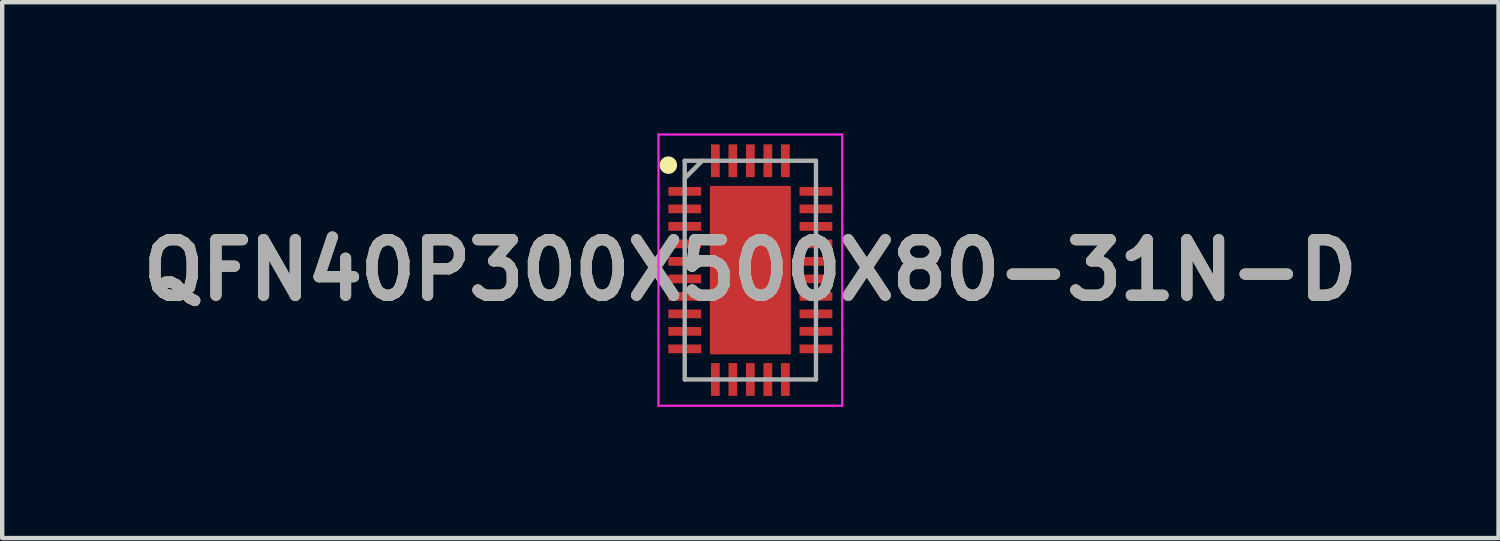
<source format=kicad_pcb>
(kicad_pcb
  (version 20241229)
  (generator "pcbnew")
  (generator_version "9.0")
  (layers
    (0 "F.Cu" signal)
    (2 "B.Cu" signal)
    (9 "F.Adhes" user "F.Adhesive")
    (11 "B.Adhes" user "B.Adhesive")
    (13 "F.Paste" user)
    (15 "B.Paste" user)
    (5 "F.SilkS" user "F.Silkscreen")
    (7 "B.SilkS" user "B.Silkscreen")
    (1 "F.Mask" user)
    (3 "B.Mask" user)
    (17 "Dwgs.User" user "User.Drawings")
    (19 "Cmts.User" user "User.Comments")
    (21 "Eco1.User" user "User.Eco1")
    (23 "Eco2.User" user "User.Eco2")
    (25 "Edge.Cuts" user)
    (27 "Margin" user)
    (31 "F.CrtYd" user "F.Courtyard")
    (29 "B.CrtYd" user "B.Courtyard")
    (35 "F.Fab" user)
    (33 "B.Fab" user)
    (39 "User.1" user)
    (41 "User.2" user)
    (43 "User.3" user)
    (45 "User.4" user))
  (footprint "QFN40P300X500X80-31N-D"
    (layer "F.Cu")
    (at 14.103 3.125)
    (property "Reference" "QFN40P300X500X80-31N-D" (at 0 0 0) (layer "F.SilkS") (effects (font (size 1.27 1.27) (thickness 0.254))))
    (attr smd)
    (fp_circle (center -1.875 -2.4) (end -1.875 -2.3) (stroke (width 0.2) (type solid)) (fill no) (layer "F.SilkS"))
    (fp_line (start -2.1 -3.1) (end 2.1 -3.1) (stroke (width 0.05) (type solid)) (layer "F.CrtYd"))
    (fp_line (start -2.1 3.1) (end -2.1 -3.1) (stroke (width 0.05) (type solid)) (layer "F.CrtYd"))
    (fp_line (start 2.1 -3.1) (end 2.1 3.1) (stroke (width 0.05) (type solid)) (layer "F.CrtYd"))
    (fp_line (start 2.1 3.1) (end -2.1 3.1) (stroke (width 0.05) (type solid)) (layer "F.CrtYd"))
    (fp_line (start -1.5 -2.5) (end 1.5 -2.5) (stroke (width 0.1) (type solid)) (layer "F.Fab"))
    (fp_line (start -1.5 -2.1) (end -1.1 -2.5) (stroke (width 0.1) (type solid)) (layer "F.Fab"))
    (fp_line (start -1.5 2.5) (end -1.5 -2.5) (stroke (width 0.1) (type solid)) (layer "F.Fab"))
    (fp_line (start 1.5 -2.5) (end 1.5 2.5) (stroke (width 0.1) (type solid)) (layer "F.Fab"))
    (fp_line (start 1.5 2.5) (end -1.5 2.5) (stroke (width 0.1) (type solid)) (layer "F.Fab"))
    (fp_text user "${REFERENCE}" (at 0 0 0) (layer "F.Fab") (effects (font (size 1.27 1.27) (thickness 0.254))))
    (pad "1" smd rect (at -1.5 -1.8 90) (size 0.2 0.75) (layers "F.Cu" "F.Mask" "F.Paste"))
    (pad "2" smd rect (at -1.5 -1.4 90) (size 0.2 0.75) (layers "F.Cu" "F.Mask" "F.Paste"))
    (pad "3" smd rect (at -1.5 -1 90) (size 0.2 0.75) (layers "F.Cu" "F.Mask" "F.Paste"))
    (pad "4" smd rect (at -1.5 -0.6 90) (size 0.2 0.75) (layers "F.Cu" "F.Mask" "F.Paste"))
    (pad "5" smd rect (at -1.5 -0.2 90) (size 0.2 0.75) (layers "F.Cu" "F.Mask" "F.Paste"))
    (pad "6" smd rect (at -1.5 0.2 90) (size 0.2 0.75) (layers "F.Cu" "F.Mask" "F.Paste"))
    (pad "7" smd rect (at -1.5 0.6 90) (size 0.2 0.75) (layers "F.Cu" "F.Mask" "F.Paste"))
    (pad "8" smd rect (at -1.5 1 90) (size 0.2 0.75) (layers "F.Cu" "F.Mask" "F.Paste"))
    (pad "9" smd rect (at -1.5 1.4 90) (size 0.2 0.75) (layers "F.Cu" "F.Mask" "F.Paste"))
    (pad "10" smd rect (at -1.5 1.8 90) (size 0.2 0.75) (layers "F.Cu" "F.Mask" "F.Paste"))
    (pad "11" smd rect (at -0.8 2.5) (size 0.2 0.75) (layers "F.Cu" "F.Mask" "F.Paste"))
    (pad "12" smd rect (at -0.4 2.5) (size 0.2 0.75) (layers "F.Cu" "F.Mask" "F.Paste"))
    (pad "13" smd rect (at 0 2.5) (size 0.2 0.75) (layers "F.Cu" "F.Mask" "F.Paste"))
    (pad "14" smd rect (at 0.4 2.5) (size 0.2 0.75) (layers "F.Cu" "F.Mask" "F.Paste"))
    (pad "15" smd rect (at 0.8 2.5) (size 0.2 0.75) (layers "F.Cu" "F.Mask" "F.Paste"))
    (pad "16" smd rect (at 1.5 1.8 90) (size 0.2 0.75) (layers "F.Cu" "F.Mask" "F.Paste"))
    (pad "17" smd rect (at 1.5 1.4 90) (size 0.2 0.75) (layers "F.Cu" "F.Mask" "F.Paste"))
    (pad "18" smd rect (at 1.5 1 90) (size 0.2 0.75) (layers "F.Cu" "F.Mask" "F.Paste"))
    (pad "19" smd rect (at 1.5 0.6 90) (size 0.2 0.75) (layers "F.Cu" "F.Mask" "F.Paste"))
    (pad "20" smd rect (at 1.5 0.2 90) (size 0.2 0.75) (layers "F.Cu" "F.Mask" "F.Paste"))
    (pad "21" smd rect (at 1.5 -0.2 90) (size 0.2 0.75) (layers "F.Cu" "F.Mask" "F.Paste"))
    (pad "22" smd rect (at 1.5 -0.6 90) (size 0.2 0.75) (layers "F.Cu" "F.Mask" "F.Paste"))
    (pad "23" smd rect (at 1.5 -1 90) (size 0.2 0.75) (layers "F.Cu" "F.Mask" "F.Paste"))
    (pad "24" smd rect (at 1.5 -1.4 90) (size 0.2 0.75) (layers "F.Cu" "F.Mask" "F.Paste"))
    (pad "25" smd rect (at 1.5 -1.8 90) (size 0.2 0.75) (layers "F.Cu" "F.Mask" "F.Paste"))
    (pad "26" smd rect (at 0.8 -2.5) (size 0.2 0.75) (layers "F.Cu" "F.Mask" "F.Paste"))
    (pad "27" smd rect (at 0.4 -2.5) (size 0.2 0.75) (layers "F.Cu" "F.Mask" "F.Paste"))
    (pad "28" smd rect (at 0 -2.5) (size 0.2 0.75) (layers "F.Cu" "F.Mask" "F.Paste"))
    (pad "29" smd rect (at -0.4 -2.5) (size 0.2 0.75) (layers "F.Cu" "F.Mask" "F.Paste"))
    (pad "30" smd rect (at -0.8 -2.5) (size 0.2 0.75) (layers "F.Cu" "F.Mask" "F.Paste"))
    (pad "31" smd rect (at 0 0) (size 1.85 3.85) (layers "F.Cu" "F.Mask" "F.Paste")))
  (gr_rect
    (start -3 -3)
    (end 31.206 9.25)
    (stroke (width 0.1) (type default))
    (fill no)
    (layer "Edge.Cuts")))
</source>
